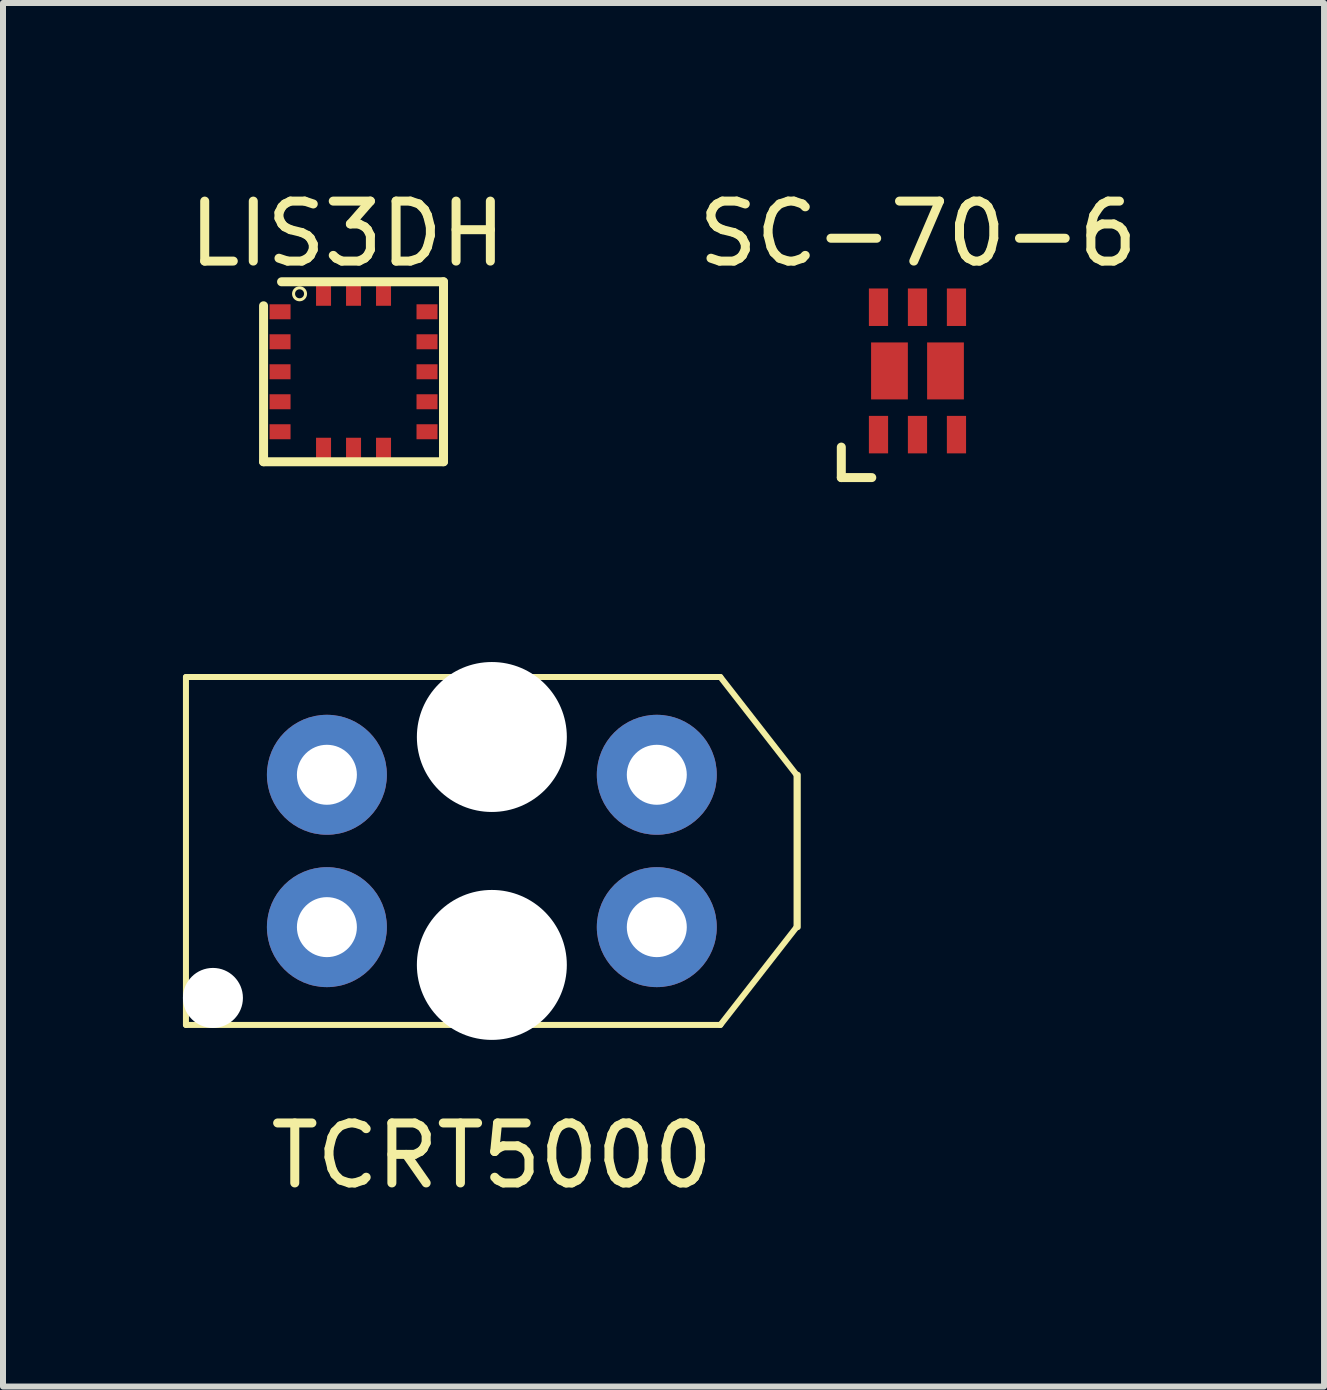
<source format=kicad_pcb>
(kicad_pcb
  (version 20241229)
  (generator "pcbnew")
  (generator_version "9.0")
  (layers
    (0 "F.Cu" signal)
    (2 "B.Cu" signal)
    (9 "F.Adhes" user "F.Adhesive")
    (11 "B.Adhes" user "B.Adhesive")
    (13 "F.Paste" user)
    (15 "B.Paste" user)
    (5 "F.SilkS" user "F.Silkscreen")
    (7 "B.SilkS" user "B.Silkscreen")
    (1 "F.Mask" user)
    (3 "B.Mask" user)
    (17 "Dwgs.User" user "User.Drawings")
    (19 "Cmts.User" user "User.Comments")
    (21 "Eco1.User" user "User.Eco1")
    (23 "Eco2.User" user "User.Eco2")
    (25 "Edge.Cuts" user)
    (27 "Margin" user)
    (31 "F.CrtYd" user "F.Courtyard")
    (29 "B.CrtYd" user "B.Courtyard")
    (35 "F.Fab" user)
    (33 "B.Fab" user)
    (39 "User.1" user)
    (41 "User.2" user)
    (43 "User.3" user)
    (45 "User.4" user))
  (footprint "TCRT5000"
    (layer "F.Cu")
    (at 5.15 11.137)
    (property "Reference" "TCRT5000" (at 0 5.08 0) (layer "F.SilkS") (effects (font (size 1 1) (thickness 0.15))))
    (attr through_hole)
    (fp_line (start -5.1 -2.9) (end -5.1 2.9) (stroke (width 0.1) (type solid)) (layer "F.SilkS"))
    (fp_line (start -5.1 2.9) (end 3.81 2.9) (stroke (width 0.1) (type solid)) (layer "F.SilkS"))
    (fp_line (start 3.81 -2.9) (end -5.1 -2.9) (stroke (width 0.1) (type solid)) (layer "F.SilkS"))
    (fp_line (start 3.81 -2.9) (end 5.08 -1.27) (stroke (width 0.1) (type solid)) (layer "F.SilkS"))
    (fp_line (start 5.08 -1.27) (end 5.08 1.27) (stroke (width 0.1) (type solid)) (layer "F.SilkS"))
    (fp_line (start 5.08 1.27) (end 3.81 2.9) (stroke (width 0.1) (type solid)) (layer "F.SilkS"))
    (fp_line (start 5.1 1.27) (end 5.1 -1.27) (stroke (width 0.1) (type solid)) (layer "F.SilkS"))
    (pad "" np_thru_hole circle (at -4.65 2.45) (size 1 1) (drill 1) (layers "*.Cu" "*.Mask"))
    (pad "" np_thru_hole circle (at 0 -1.9) (size 2.5 2.5) (drill 2.5) (layers "*.Cu" "*.Mask"))
    (pad "" np_thru_hole circle (at 0 1.9) (size 2.5 2.5) (drill 2.5) (layers "*.Cu" "*.Mask"))
    (pad "1" thru_hole circle (at 2.75 -1.27) (size 2 2) (drill 1) (layers "*.Cu" "*.Mask"))
    (pad "2" thru_hole circle (at 2.75 1.27) (size 2 2) (drill 1) (layers "*.Cu" "*.Mask"))
    (pad "3" thru_hole circle (at -2.75 1.27) (size 2 2) (drill 1) (layers "*.Cu" "*.Mask"))
    (pad "4" thru_hole circle (at -2.75 -1.27) (size 2 2) (drill 1) (layers "*.Cu" "*.Mask")))
  (footprint "LIS3DH"
    (layer "F.Cu")
    (at 2.844 3.148)
    (property "Reference" "LIS3DH" (at -0.1 -2.3 0) (layer "F.SilkS") (effects (font (size 1 1) (thickness 0.15))))
    (attr through_hole)
    (fp_line (start -1.5 1.5) (end -1.5 -1.1) (stroke (width 0.15) (type solid)) (layer "F.SilkS"))
    (fp_line (start -1.2 -1.5) (end 1.5 -1.5) (stroke (width 0.15) (type solid)) (layer "F.SilkS"))
    (fp_line (start 1.5 -1.5) (end 1.5 1.5) (stroke (width 0.15) (type solid)) (layer "F.SilkS"))
    (fp_line (start 1.5 1.5) (end -1.5 1.5) (stroke (width 0.15) (type solid)) (layer "F.SilkS"))
    (fp_circle (center -0.9 -1.3) (end -0.8 -1.3) (stroke (width 0.05) (type solid)) (fill no) (layer "F.SilkS"))
    (pad "1" smd rect (at -1.225 -1) (size 0.35 0.25) (layers "F.Cu" "F.Mask" "F.Paste"))
    (pad "2" smd rect (at -1.225 -0.5) (size 0.35 0.25) (layers "F.Cu" "F.Mask" "F.Paste"))
    (pad "3" smd rect (at -1.225 0) (size 0.35 0.25) (layers "F.Cu" "F.Mask" "F.Paste"))
    (pad "4" smd rect (at -1.225 0.5) (size 0.35 0.25) (layers "F.Cu" "F.Mask" "F.Paste"))
    (pad "5" smd rect (at -1.225 1) (size 0.35 0.25) (layers "F.Cu" "F.Mask" "F.Paste"))
    (pad "6" smd rect (at -0.5 1.275) (size 0.25 0.35) (layers "F.Cu" "F.Mask" "F.Paste"))
    (pad "7" smd rect (at 0 1.275) (size 0.25 0.35) (layers "F.Cu" "F.Mask" "F.Paste"))
    (pad "8" smd rect (at 0.5 1.275) (size 0.25 0.35) (layers "F.Cu" "F.Mask" "F.Paste"))
    (pad "9" smd rect (at 1.225 1) (size 0.35 0.25) (layers "F.Cu" "F.Mask" "F.Paste"))
    (pad "10" smd rect (at 1.225 0.5) (size 0.35 0.25) (layers "F.Cu" "F.Mask" "F.Paste"))
    (pad "11" smd rect (at 1.225 0) (size 0.35 0.25) (layers "F.Cu" "F.Mask" "F.Paste"))
    (pad "12" smd rect (at 1.225 -0.5) (size 0.35 0.25) (layers "F.Cu" "F.Mask" "F.Paste"))
    (pad "13" smd rect (at 1.225 -1) (size 0.35 0.25) (layers "F.Cu" "F.Mask" "F.Paste"))
    (pad "14" smd rect (at 0.5 -1.275) (size 0.25 0.35) (layers "F.Cu" "F.Mask" "F.Paste"))
    (pad "15" smd rect (at 0 -1.275) (size 0.25 0.35) (layers "F.Cu" "F.Mask" "F.Paste"))
    (pad "16" smd rect (at -0.5 -1.275) (size 0.25 0.35) (layers "F.Cu" "F.Mask" "F.Paste")))
  (footprint "SC-70-6"
    (layer "F.Cu")
    (at 12.246 3.134)
    (property "Reference" "SC-70-6" (at 0.01 -2.286 0) (layer "F.SilkS") (effects (font (size 1 1) (thickness 0.15))))
    (attr smd)
    (fp_line (start -1.27 1.27) (end -1.27 1.778) (stroke (width 0.15) (type solid)) (layer "F.SilkS"))
    (fp_line (start -1.27 1.778) (end -0.762 1.778) (stroke (width 0.15) (type solid)) (layer "F.SilkS"))
    (pad "1" smd rect (at -0.65 1.062) (size 0.32 0.625) (layers "F.Cu" "F.Mask" "F.Paste"))
    (pad "2" smd rect (at 0 1.062) (size 0.32 0.625) (layers "F.Cu" "F.Mask" "F.Paste"))
    (pad "3" smd rect (at 0.467 0) (size 0.613 0.95) (layers "F.Cu" "F.Mask" "F.Paste"))
    (pad "3" smd rect (at 0.65 1.062) (size 0.32 0.625) (layers "F.Cu" "F.Mask" "F.Paste"))
    (pad "4" smd rect (at 0.65 -1.062) (size 0.32 0.625) (layers "F.Cu" "F.Mask" "F.Paste"))
    (pad "5" smd rect (at 0 -1.062) (size 0.32 0.625) (layers "F.Cu" "F.Mask" "F.Paste"))
    (pad "6" smd rect (at -0.65 -1.062) (size 0.32 0.625) (layers "F.Cu" "F.Mask" "F.Paste"))
    (pad "6" smd rect (at -0.467 0) (size 0.613 0.95) (layers "F.Cu" "F.Mask" "F.Paste")))
  (gr_rect
    (start -3 -3)
    (end 19.024 20.066)
    (stroke (width 0.1) (type default))
    (fill no)
    (layer "Edge.Cuts")))
</source>
